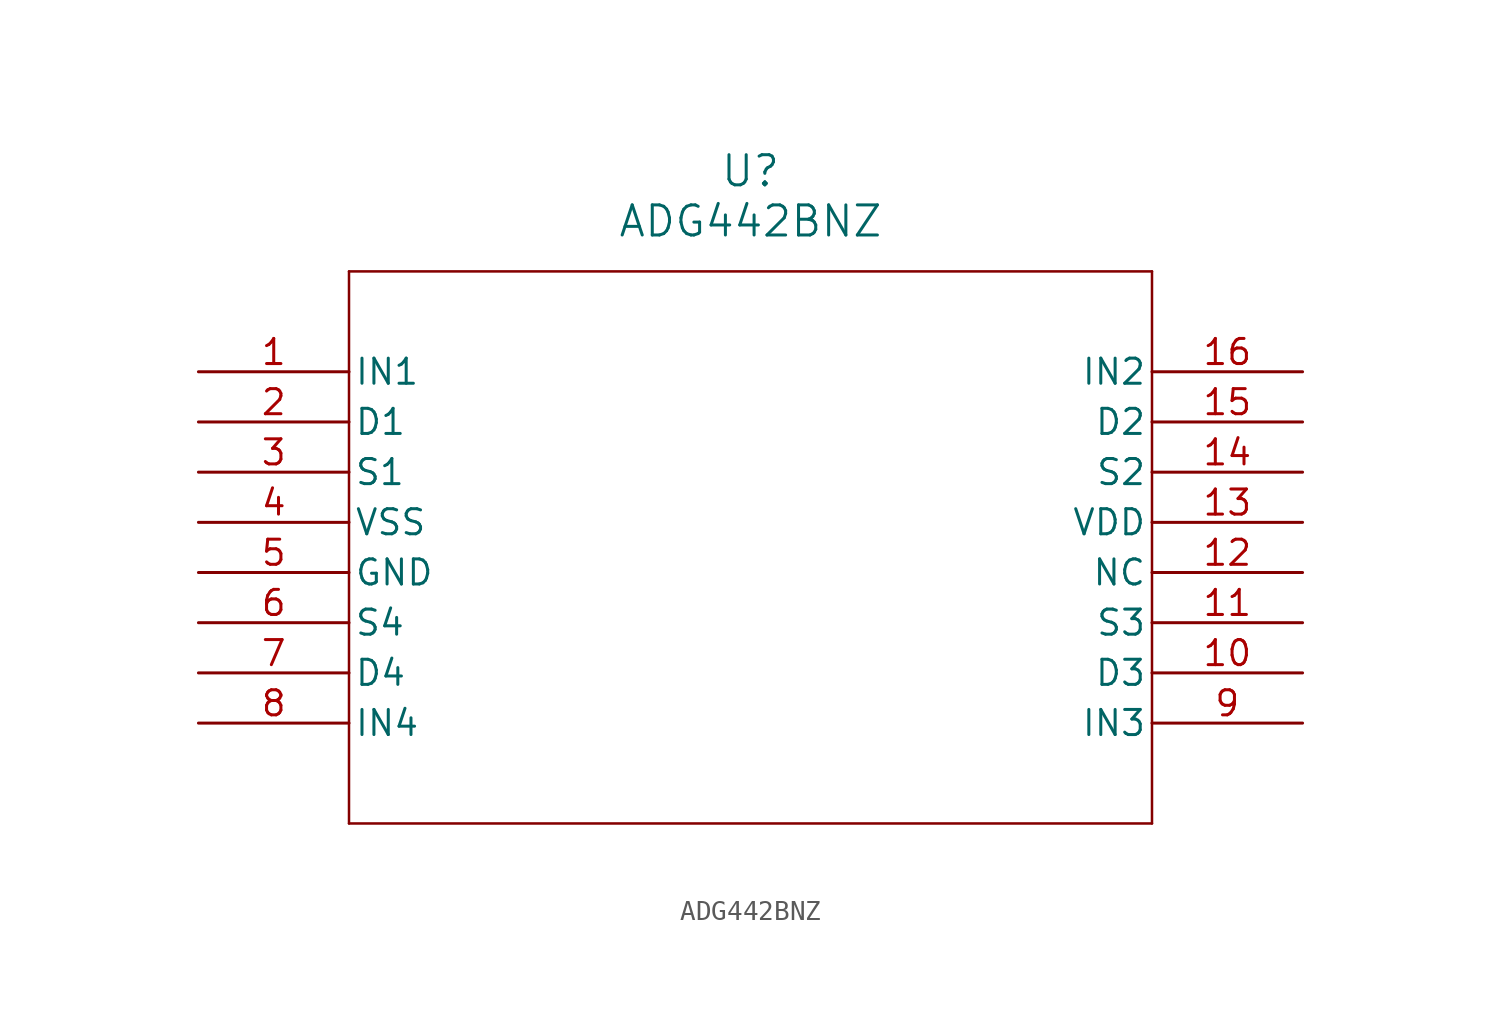
<source format=kicad_sym>
(kicad_symbol_lib
  (version 20220914)
  (generator kicad_symbol_editor)
  (symbol "ADG442BNZ"
    (pin_names
      (offset 0.254))
    (property "Reference" "U"
      (at 27.94 10.16 0)
      (effects (font (size 1.524 1.524))))
    (property "Value" "ADG442BNZ"
      (at 27.94 7.62 0)
      (effects (font (size 1.524 1.524))))
    (symbol "ADG442BNZ_0_1"
      (polyline (pts (xy 7.62 -22.86) (xy 48.26 -22.86)) (stroke (width 0.127) (type default)) (fill (type none)))
      (polyline (pts (xy 7.62 5.08) (xy 7.62 -22.86)) (stroke (width 0.127) (type default)) (fill (type none)))
      (polyline (pts (xy 48.26 -22.86) (xy 48.26 5.08)) (stroke (width 0.127) (type default)) (fill (type none)))
      (polyline (pts (xy 48.26 5.08) (xy 7.62 5.08)) (stroke (width 0.127) (type default)) (fill (type none)))
      (pin unspecified line (at 0 0 0) (length 7.62) (name "IN1" (effects (font (size 1.27 1.27)))) (number "1" (effects (font (size 1.27 1.27)))))
      (pin unspecified line (at 55.88 -15.24 180) (length 7.62) (name "D3" (effects (font (size 1.27 1.27)))) (number "10" (effects (font (size 1.27 1.27)))))
      (pin unspecified line (at 55.88 -12.7 180) (length 7.62) (name "S3" (effects (font (size 1.27 1.27)))) (number "11" (effects (font (size 1.27 1.27)))))
      (pin unspecified line (at 55.88 -10.16 180) (length 7.62) (name "NC" (effects (font (size 1.27 1.27)))) (number "12" (effects (font (size 1.27 1.27)))))
      (pin power_in line (at 55.88 -7.62 180) (length 7.62) (name "VDD" (effects (font (size 1.27 1.27)))) (number "13" (effects (font (size 1.27 1.27)))))
      (pin unspecified line (at 55.88 -5.08 180) (length 7.62) (name "S2" (effects (font (size 1.27 1.27)))) (number "14" (effects (font (size 1.27 1.27)))))
      (pin unspecified line (at 55.88 -2.54 180) (length 7.62) (name "D2" (effects (font (size 1.27 1.27)))) (number "15" (effects (font (size 1.27 1.27)))))
      (pin unspecified line (at 55.88 0 180) (length 7.62) (name "IN2" (effects (font (size 1.27 1.27)))) (number "16" (effects (font (size 1.27 1.27)))))
      (pin unspecified line (at 0 -2.54 0) (length 7.62) (name "D1" (effects (font (size 1.27 1.27)))) (number "2" (effects (font (size 1.27 1.27)))))
      (pin unspecified line (at 0 -5.08 0) (length 7.62) (name "S1" (effects (font (size 1.27 1.27)))) (number "3" (effects (font (size 1.27 1.27)))))
      (pin power_in line (at 0 -7.62 0) (length 7.62) (name "VSS" (effects (font (size 1.27 1.27)))) (number "4" (effects (font (size 1.27 1.27)))))
      (pin unspecified line (at 0 -10.16 0) (length 7.62) (name "GND" (effects (font (size 1.27 1.27)))) (number "5" (effects (font (size 1.27 1.27)))))
      (pin unspecified line (at 0 -12.7 0) (length 7.62) (name "S4" (effects (font (size 1.27 1.27)))) (number "6" (effects (font (size 1.27 1.27)))))
      (pin unspecified line (at 0 -15.24 0) (length 7.62) (name "D4" (effects (font (size 1.27 1.27)))) (number "7" (effects (font (size 1.27 1.27)))))
      (pin unspecified line (at 0 -17.78 0) (length 7.62) (name "IN4" (effects (font (size 1.27 1.27)))) (number "8" (effects (font (size 1.27 1.27)))))
      (pin unspecified line (at 55.88 -17.78 180) (length 7.62) (name "IN3" (effects (font (size 1.27 1.27)))) (number "9" (effects (font (size 1.27 1.27))))))))
</source>
